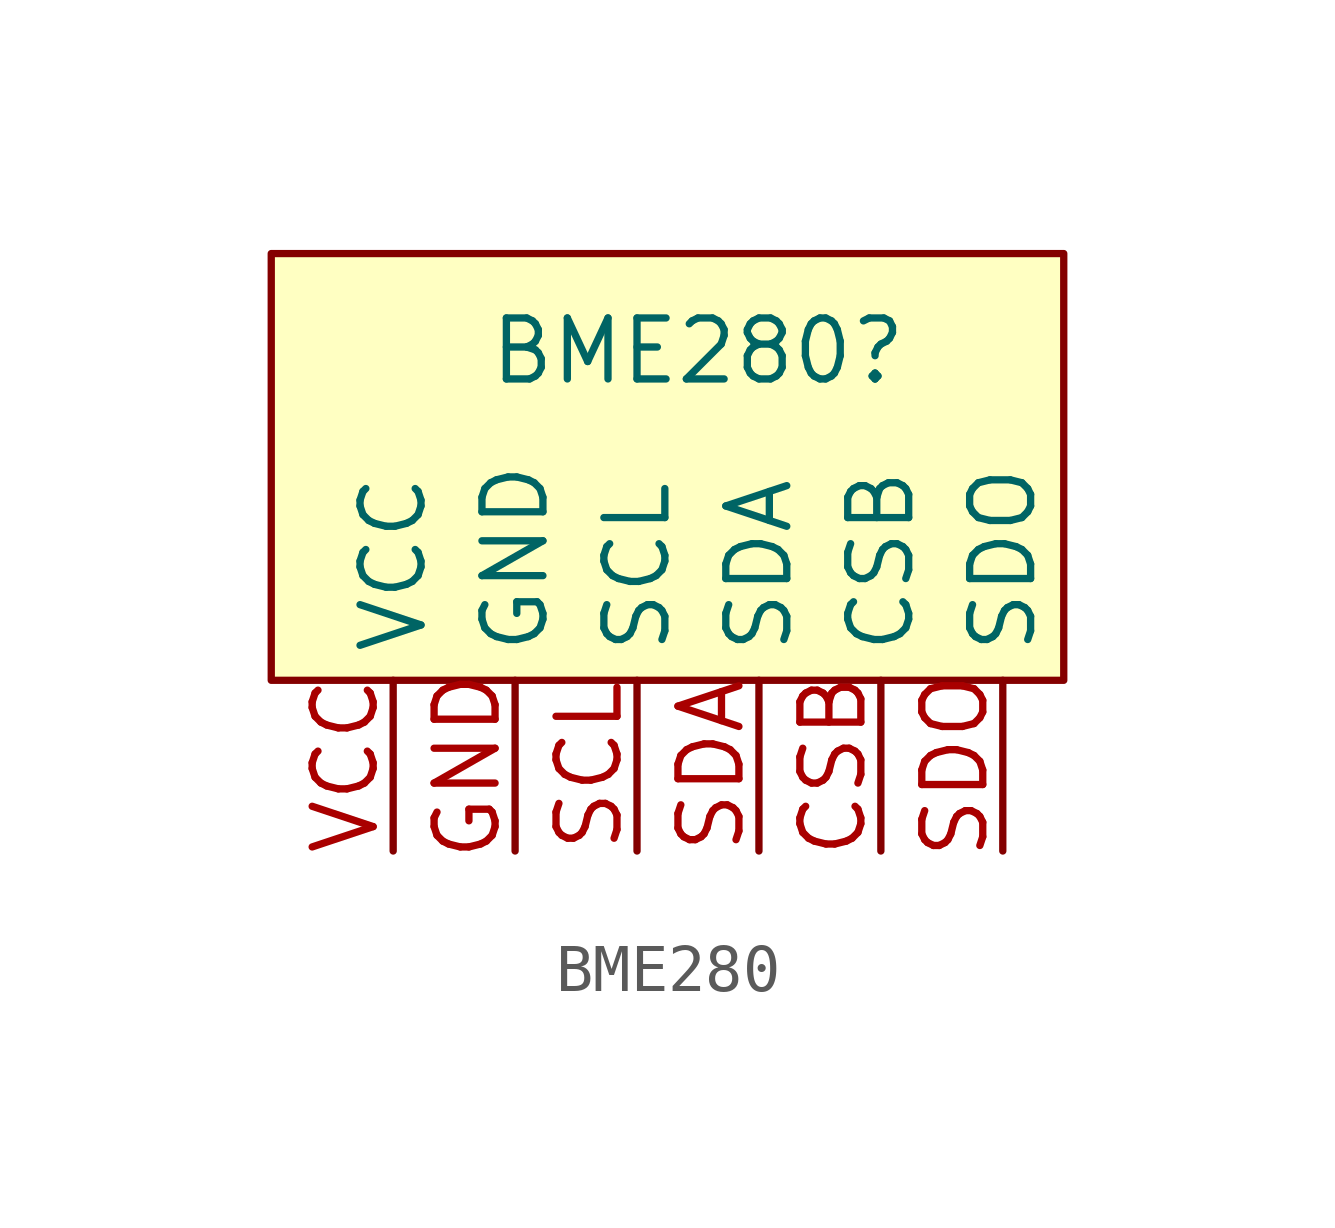
<source format=kicad_sym>
(kicad_symbol_lib
  (version 20231120)
  (generator "kicad_symbol_editor")
  (generator_version "8.0")
  (symbol "BME280"
    (property "Reference" "BME280"
      (at 0 4.318 0)
      (effects (font (size 1.27 1.27))))
    (property "Value" ""
      (at 0 0 0)
      (effects (font (size 1.27 1.27))))
    (symbol "BME280_1_1"
      (rectangle (start -8.89 6.35) (end 7.62 -2.54) (stroke (width 0) (type default)) (fill (type background)))
      (pin free line (at 3.81 -6.096 90) (length 3.556) (name "CSB" (effects (font (size 1.27 1.27)))) (number "CSB" (effects (font (size 1.27 1.27)))))
      (pin free line (at -3.81 -6.096 90) (length 3.556) (name "GND" (effects (font (size 1.27 1.27)))) (number "GND" (effects (font (size 1.27 1.27)))))
      (pin free line (at -1.27 -6.096 90) (length 3.556) (name "SCL" (effects (font (size 1.27 1.27)))) (number "SCL" (effects (font (size 1.27 1.27)))))
      (pin free line (at 1.27 -6.096 90) (length 3.556) (name "SDA" (effects (font (size 1.27 1.27)))) (number "SDA" (effects (font (size 1.27 1.27)))))
      (pin free line (at 6.35 -6.096 90) (length 3.556) (name "SDO" (effects (font (size 1.27 1.27)))) (number "SDO" (effects (font (size 1.27 1.27)))))
      (pin power_in line (at -6.35 -6.096 90) (length 3.556) (name "VCC" (effects (font (size 1.27 1.27)))) (number "VCC" (effects (font (size 1.27 1.27))))))))
</source>
